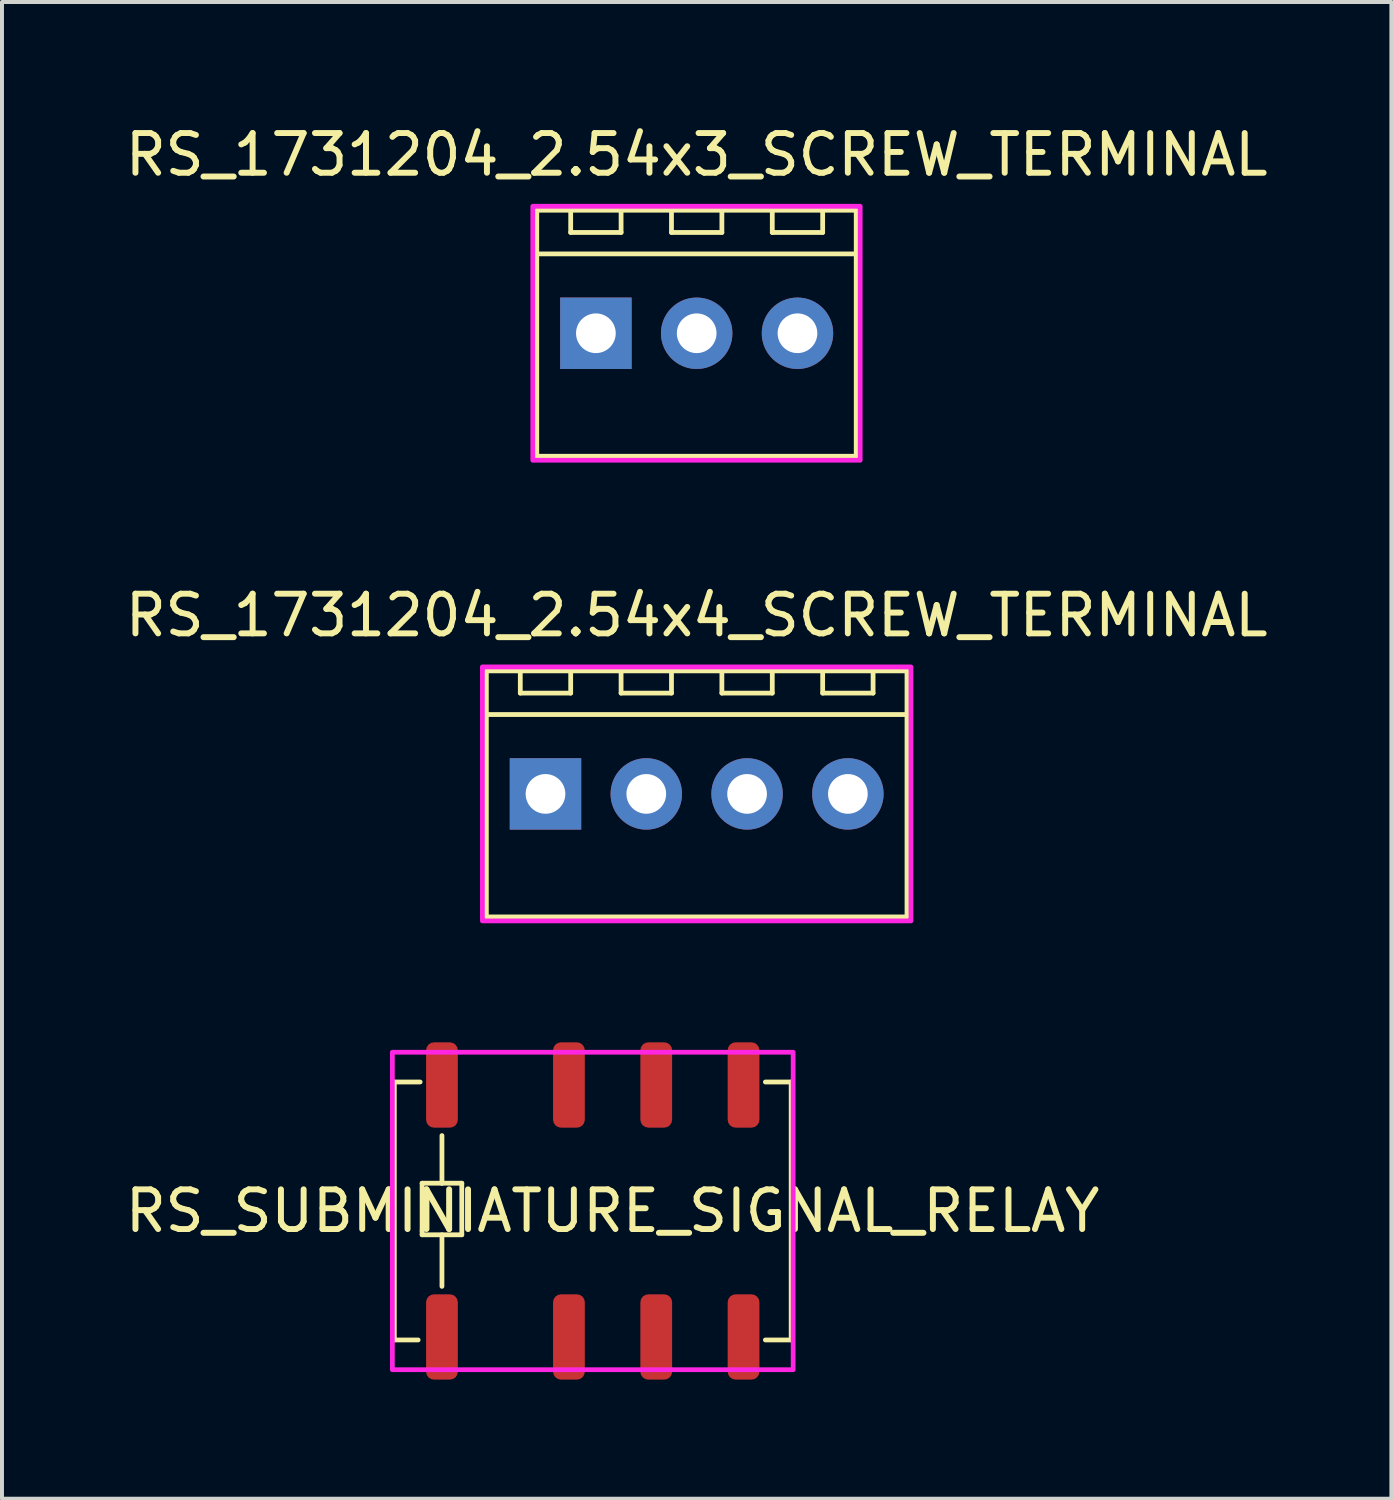
<source format=kicad_pcb>
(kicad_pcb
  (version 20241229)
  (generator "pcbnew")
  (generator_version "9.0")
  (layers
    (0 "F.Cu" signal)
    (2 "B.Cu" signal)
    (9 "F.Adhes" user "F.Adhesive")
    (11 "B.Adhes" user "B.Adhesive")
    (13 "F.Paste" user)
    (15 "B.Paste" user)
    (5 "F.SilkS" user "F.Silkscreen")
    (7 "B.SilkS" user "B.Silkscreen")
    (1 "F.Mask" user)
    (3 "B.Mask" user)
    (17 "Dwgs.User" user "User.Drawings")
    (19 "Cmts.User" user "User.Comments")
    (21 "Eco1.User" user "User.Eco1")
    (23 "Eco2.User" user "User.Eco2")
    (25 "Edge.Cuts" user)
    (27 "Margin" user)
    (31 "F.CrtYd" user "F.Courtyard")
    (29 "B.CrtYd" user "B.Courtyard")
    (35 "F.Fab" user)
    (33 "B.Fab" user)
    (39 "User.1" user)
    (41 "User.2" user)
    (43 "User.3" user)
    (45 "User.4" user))
  (footprint "RS_1731204_2.54x3_SCREW_TERMINAL"
    (layer "F.Cu")
    (at 14.506 5.348)
    (property "Reference" "RS_1731204_2.54x3_SCREW_TERMINAL" (at 0 -4.5 0) (unlocked yes) (layer "F.SilkS") (effects (font (size 1 1) (thickness 0.15))))
    (attr through_hole)
    (fp_line (start -4 -2) (end 4 -2) (stroke (width 0.12) (type default)) (layer "F.SilkS"))
    (fp_line (start -3.175 -2.54) (end -3.175 -3.175) (stroke (width 0.12) (type default)) (layer "F.SilkS"))
    (fp_line (start -3.175 -2.54) (end -1.905 -2.54) (stroke (width 0.12) (type default)) (layer "F.SilkS"))
    (fp_line (start -1.905 -2.54) (end -1.905 -3.175) (stroke (width 0.12) (type default)) (layer "F.SilkS"))
    (fp_line (start -0.635 -2.54) (end -0.635 -3.175) (stroke (width 0.12) (type default)) (layer "F.SilkS"))
    (fp_line (start -0.635 -2.54) (end 0.635 -2.54) (stroke (width 0.12) (type default)) (layer "F.SilkS"))
    (fp_line (start 0.635 -2.54) (end 0.635 -3.175) (stroke (width 0.12) (type default)) (layer "F.SilkS"))
    (fp_line (start 1.905 -2.54) (end 1.905 -3.175) (stroke (width 0.12) (type default)) (layer "F.SilkS"))
    (fp_line (start 1.905 -2.54) (end 3.175 -2.54) (stroke (width 0.12) (type default)) (layer "F.SilkS"))
    (fp_line (start 3.175 -2.54) (end 3.175 -3.175) (stroke (width 0.12) (type default)) (layer "F.SilkS"))
    (fp_rect (start -4.03 -3.1) (end 4.02 3.1) (stroke (width 0.12) (type default)) (fill no) (layer "F.SilkS"))
    (fp_rect (start -4.13 -3.2) (end 4.12 3.2) (stroke (width 0.12) (type default)) (fill no) (layer "F.CrtYd"))
    (pad "1" thru_hole rect (at -2.54 0) (size 1.8 1.8) (drill 1) (layers "*.Cu" "*.Mask"))
    (pad "2" thru_hole circle (at 0 0) (size 1.8 1.8) (drill 1) (layers "*.Cu" "*.Mask"))
    (pad "3" thru_hole circle (at 2.54 0) (size 1.8 1.8) (drill 1) (layers "*.Cu" "*.Mask")))
  (footprint "RS_1731204_2.54x4_SCREW_TERMINAL"
    (layer "F.Cu")
    (at 14.506 16.956)
    (property "Reference" "RS_1731204_2.54x4_SCREW_TERMINAL" (at 0 -4.5 0) (unlocked yes) (layer "F.SilkS") (effects (font (size 1 1) (thickness 0.15))))
    (attr through_hole)
    (fp_line (start -5.3 -2) (end 5.3 -2) (stroke (width 0.12) (type default)) (layer "F.SilkS"))
    (fp_line (start -4.445 -2.54) (end -4.445 -3.175) (stroke (width 0.12) (type default)) (layer "F.SilkS"))
    (fp_line (start -4.445 -2.54) (end -3.175 -2.54) (stroke (width 0.12) (type default)) (layer "F.SilkS"))
    (fp_line (start -3.175 -2.54) (end -3.175 -3.175) (stroke (width 0.12) (type default)) (layer "F.SilkS"))
    (fp_line (start -1.905 -2.54) (end -1.905 -3.175) (stroke (width 0.12) (type default)) (layer "F.SilkS"))
    (fp_line (start -1.905 -2.54) (end -0.635 -2.54) (stroke (width 0.12) (type default)) (layer "F.SilkS"))
    (fp_line (start -0.635 -2.54) (end -0.635 -3.175) (stroke (width 0.12) (type default)) (layer "F.SilkS"))
    (fp_line (start 0.635 -2.54) (end 0.635 -3.175) (stroke (width 0.12) (type default)) (layer "F.SilkS"))
    (fp_line (start 0.635 -2.54) (end 1.905 -2.54) (stroke (width 0.12) (type default)) (layer "F.SilkS"))
    (fp_line (start 1.905 -2.54) (end 1.905 -3.175) (stroke (width 0.12) (type default)) (layer "F.SilkS"))
    (fp_line (start 3.175 -2.54) (end 3.175 -3.175) (stroke (width 0.12) (type default)) (layer "F.SilkS"))
    (fp_line (start 3.175 -2.54) (end 4.445 -2.54) (stroke (width 0.12) (type default)) (layer "F.SilkS"))
    (fp_line (start 4.445 -2.54) (end 4.445 -3.175) (stroke (width 0.12) (type default)) (layer "F.SilkS"))
    (fp_rect (start -5.3 -3.1) (end 5.3 3.1) (stroke (width 0.12) (type default)) (fill no) (layer "F.SilkS"))
    (fp_rect (start -5.4 -3.2) (end 5.4 3.2) (stroke (width 0.12) (type default)) (fill no) (layer "F.CrtYd"))
    (pad "1" thru_hole rect (at -3.81 0) (size 1.8 1.8) (drill 1) (layers "*.Cu" "*.Mask"))
    (pad "2" thru_hole circle (at -1.27 0) (size 1.8 1.8) (drill 1) (layers "*.Cu" "*.Mask"))
    (pad "3" thru_hole circle (at 1.27 0) (size 1.8 1.8) (drill 1) (layers "*.Cu" "*.Mask"))
    (pad "4" thru_hole circle (at 3.81 0) (size 1.8 1.8) (drill 1) (layers "*.Cu" "*.Mask")))
  (footprint "RS_SUBMINIATURE_SIGNAL_RELAY"
    (layer "F.Cu")
    (at 8.087 27.466)
    (property "Reference" "RS_SUBMINIATURE_SIGNAL_RELAY" (at 4.3 0 0) (unlocked yes) (layer "F.SilkS") (effects (font (size 1 1) (thickness 0.15))))
    (attr smd)
    (fp_line (start -1.2 -3.25) (end -0.55 -3.25) (stroke (width 0.12) (type default)) (layer "F.SilkS"))
    (fp_line (start -1.2 3.25) (end -1.2 -3.25) (stroke (width 0.12) (type default)) (layer "F.SilkS"))
    (fp_line (start -0.6 3.25) (end -1.2 3.25) (stroke (width 0.12) (type default)) (layer "F.SilkS"))
    (fp_line (start -0.5 -0.7) (end -0.5 0.5) (stroke (width 0.12) (type default)) (layer "F.SilkS"))
    (fp_line (start -0.5 0.5) (end -0.5 0.6) (stroke (width 0.12) (type default)) (layer "F.SilkS"))
    (fp_line (start -0.5 0.6) (end 0.5 0.6) (stroke (width 0.12) (type default)) (layer "F.SilkS"))
    (fp_line (start 0 -1.9) (end 0 -0.7) (stroke (width 0.12) (type default)) (layer "F.SilkS"))
    (fp_line (start 0 -0.7) (end -0.5 -0.7) (stroke (width 0.12) (type default)) (layer "F.SilkS"))
    (fp_line (start 0 1.9) (end 0 0.6) (stroke (width 0.12) (type default)) (layer "F.SilkS"))
    (fp_line (start 0.5 -0.7) (end 0 -0.7) (stroke (width 0.12) (type default)) (layer "F.SilkS"))
    (fp_line (start 0.5 0.6) (end 0.5 -0.7) (stroke (width 0.12) (type default)) (layer "F.SilkS"))
    (fp_line (start 8.15 -3.25) (end 8.8 -3.25) (stroke (width 0.12) (type default)) (layer "F.SilkS"))
    (fp_line (start 8.8 -3.25) (end 8.8 3.25) (stroke (width 0.12) (type default)) (layer "F.SilkS"))
    (fp_line (start 8.8 3.25) (end 8.15 3.25) (stroke (width 0.12) (type default)) (layer "F.SilkS"))
    (fp_rect (start -1.25 -4) (end 8.85 4) (stroke (width 0.12) (type default)) (fill no) (layer "F.CrtYd"))
    (pad "11" smd roundrect (at 5.4 -3.175) (size 0.8 2.15) (layers "F.Cu" "F.Mask" "F.Paste") (roundrect_rratio 0.25))
    (pad "12" smd roundrect (at 3.2 -3.175) (size 0.8 2.15) (layers "F.Cu" "F.Mask" "F.Paste") (roundrect_rratio 0.25))
    (pad "14" smd roundrect (at 7.6 -3.175) (size 0.8 2.15) (layers "F.Cu" "F.Mask" "F.Paste") (roundrect_rratio 0.25))
    (pad "21" smd roundrect (at 5.4 3.175) (size 0.8 2.15) (layers "F.Cu" "F.Mask" "F.Paste") (roundrect_rratio 0.25))
    (pad "22" smd roundrect (at 3.2 3.175) (size 0.8 2.15) (layers "F.Cu" "F.Mask" "F.Paste") (roundrect_rratio 0.25))
    (pad "24" smd roundrect (at 7.6 3.175) (size 0.8 2.15) (layers "F.Cu" "F.Mask" "F.Paste") (roundrect_rratio 0.25))
    (pad "A1" smd roundrect (at 0 3.175) (size 0.8 2.15) (layers "F.Cu" "F.Mask" "F.Paste") (roundrect_rratio 0.25))
    (pad "A2" smd roundrect (at 0 -3.175) (size 0.8 2.15) (layers "F.Cu" "F.Mask" "F.Paste") (roundrect_rratio 0.25)))
  (gr_rect
    (start -3 -3)
    (end 32.012 34.717)
    (stroke (width 0.1) (type default))
    (fill no)
    (layer "Edge.Cuts")))
</source>
